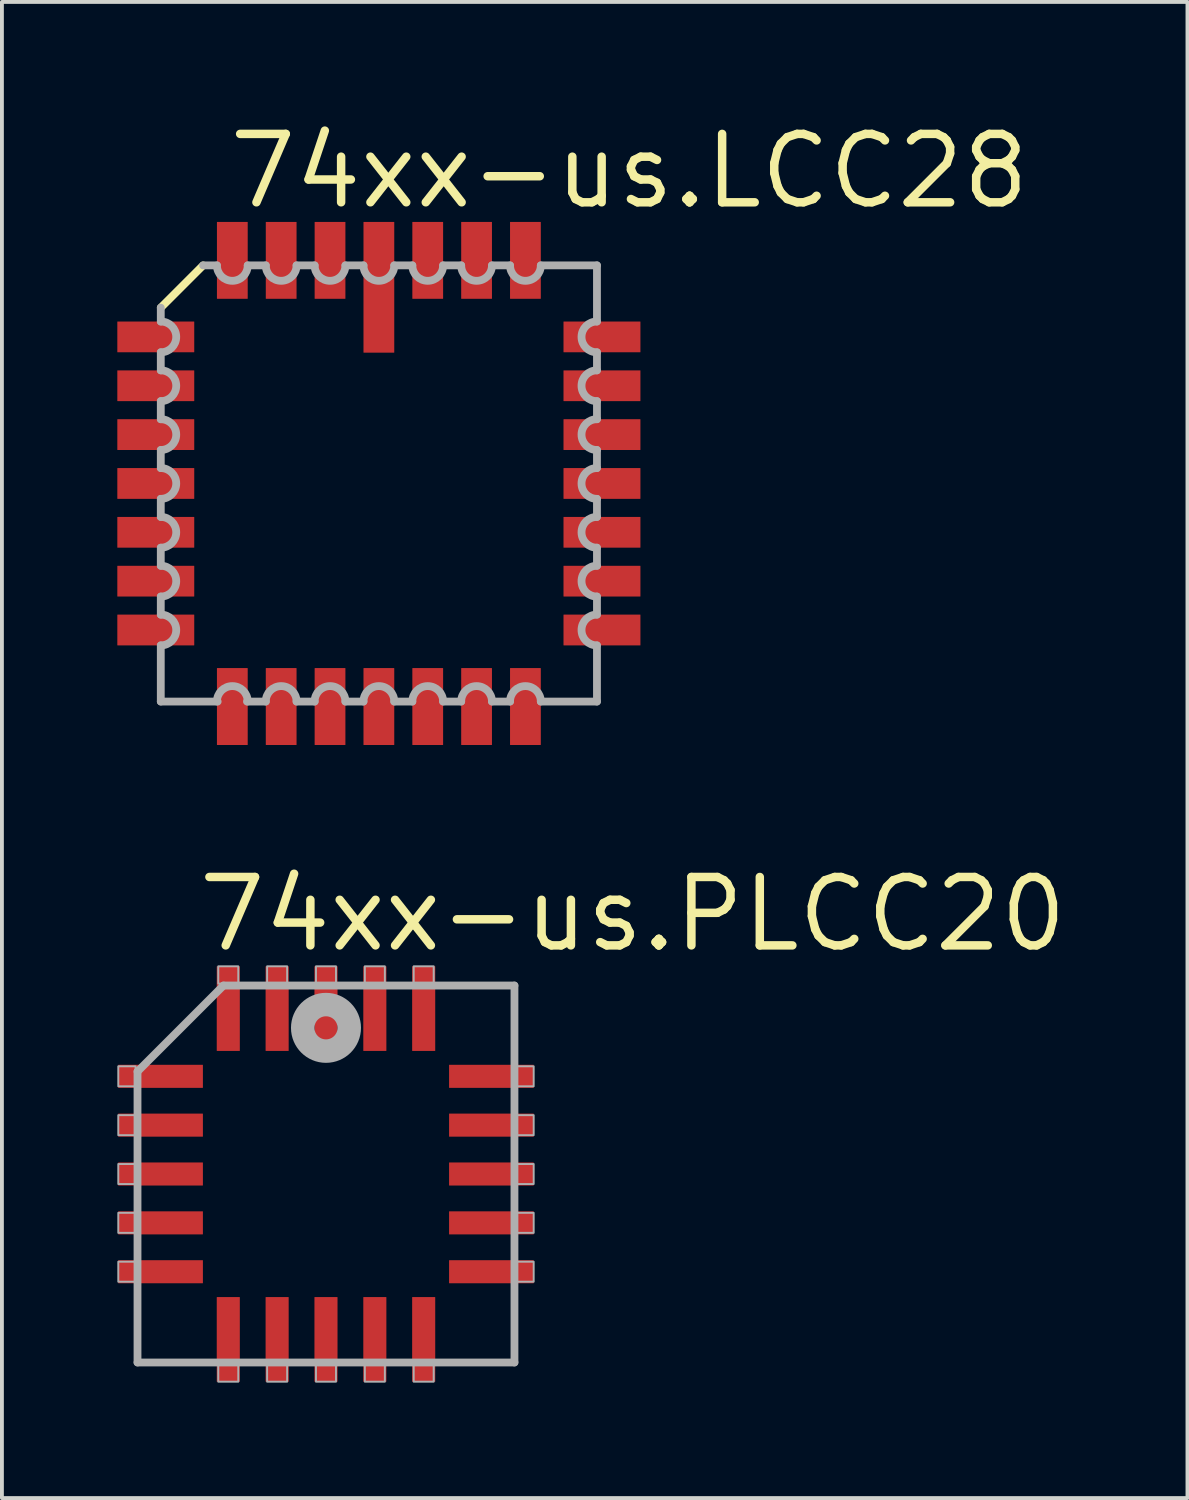
<source format=kicad_pcb>
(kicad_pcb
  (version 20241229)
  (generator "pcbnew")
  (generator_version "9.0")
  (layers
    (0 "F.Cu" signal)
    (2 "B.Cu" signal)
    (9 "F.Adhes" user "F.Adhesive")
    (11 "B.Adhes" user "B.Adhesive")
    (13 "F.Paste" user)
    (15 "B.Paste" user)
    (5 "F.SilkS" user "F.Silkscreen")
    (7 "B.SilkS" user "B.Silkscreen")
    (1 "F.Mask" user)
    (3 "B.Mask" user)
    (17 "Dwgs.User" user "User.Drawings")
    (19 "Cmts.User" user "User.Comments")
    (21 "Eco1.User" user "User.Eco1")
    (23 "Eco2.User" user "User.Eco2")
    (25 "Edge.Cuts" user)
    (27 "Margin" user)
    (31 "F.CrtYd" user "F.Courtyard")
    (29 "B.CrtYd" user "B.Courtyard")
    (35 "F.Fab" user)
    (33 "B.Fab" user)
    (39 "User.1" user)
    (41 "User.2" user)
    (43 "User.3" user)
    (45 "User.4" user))
  (footprint "74xx-us.LCC28"
    (layer "F.Cu")
    (at 6.8 9.519)
    (property "Reference" "74xx-us.LCC28" (at -4.005 -7.081 0) (layer "F.SilkS") (effects (font (size 1.778 1.778) (thickness 0.22)) (justify left bottom)))
    (attr smd)
    (fp_line (start -4.57 -5.67) (end -5.67 -4.57) (stroke (width 0.203) (type default)) (layer "F.SilkS"))
    (fp_line (start -5.67 -4.57) (end -5.67 -4.21) (stroke (width 0.203) (type default)) (layer "F.Fab"))
    (fp_line (start -5.67 -3.41) (end -5.67 -2.94) (stroke (width 0.203) (type default)) (layer "F.Fab"))
    (fp_line (start -5.67 -2.14) (end -5.67 -1.67) (stroke (width 0.203) (type default)) (layer "F.Fab"))
    (fp_line (start -5.67 -0.87) (end -5.67 -0.4) (stroke (width 0.203) (type default)) (layer "F.Fab"))
    (fp_line (start -5.67 0.4) (end -5.67 0.87) (stroke (width 0.203) (type default)) (layer "F.Fab"))
    (fp_line (start -5.67 1.67) (end -5.67 2.14) (stroke (width 0.203) (type default)) (layer "F.Fab"))
    (fp_line (start -5.67 2.94) (end -5.67 3.41) (stroke (width 0.203) (type default)) (layer "F.Fab"))
    (fp_line (start -5.67 4.21) (end -5.67 5.67) (stroke (width 0.203) (type default)) (layer "F.Fab"))
    (fp_line (start -5.67 5.67) (end -4.191 5.67) (stroke (width 0.203) (type default)) (layer "F.Fab"))
    (fp_line (start -4.21 -5.67) (end -4.57 -5.67) (stroke (width 0.203) (type default)) (layer "F.Fab"))
    (fp_line (start -3.429 5.67) (end -2.94 5.67) (stroke (width 0.203) (type default)) (layer "F.Fab"))
    (fp_line (start -2.94 -5.67) (end -3.41 -5.67) (stroke (width 0.203) (type default)) (layer "F.Fab"))
    (fp_line (start -2.14 5.67) (end -1.67 5.67) (stroke (width 0.203) (type default)) (layer "F.Fab"))
    (fp_line (start -1.67 -5.67) (end -2.14 -5.67) (stroke (width 0.203) (type default)) (layer "F.Fab"))
    (fp_line (start -0.87 5.67) (end -0.4 5.67) (stroke (width 0.203) (type default)) (layer "F.Fab"))
    (fp_line (start -0.4 -5.67) (end -0.87 -5.67) (stroke (width 0.203) (type default)) (layer "F.Fab"))
    (fp_line (start 0.4 5.67) (end 0.87 5.67) (stroke (width 0.203) (type default)) (layer "F.Fab"))
    (fp_line (start 0.87 -5.67) (end 0.4 -5.67) (stroke (width 0.203) (type default)) (layer "F.Fab"))
    (fp_line (start 1.67 5.67) (end 2.14 5.67) (stroke (width 0.203) (type default)) (layer "F.Fab"))
    (fp_line (start 2.14 -5.67) (end 1.67 -5.67) (stroke (width 0.203) (type default)) (layer "F.Fab"))
    (fp_line (start 2.94 5.67) (end 3.41 5.67) (stroke (width 0.203) (type default)) (layer "F.Fab"))
    (fp_line (start 3.41 -5.67) (end 2.94 -5.67) (stroke (width 0.203) (type default)) (layer "F.Fab"))
    (fp_line (start 4.21 5.67) (end 5.67 5.67) (stroke (width 0.203) (type default)) (layer "F.Fab"))
    (fp_line (start 5.67 -5.67) (end 4.21 -5.67) (stroke (width 0.203) (type default)) (layer "F.Fab"))
    (fp_line (start 5.67 -4.21) (end 5.67 -5.67) (stroke (width 0.203) (type default)) (layer "F.Fab"))
    (fp_line (start 5.67 -2.94) (end 5.67 -3.41) (stroke (width 0.203) (type default)) (layer "F.Fab"))
    (fp_line (start 5.67 -1.67) (end 5.67 -2.14) (stroke (width 0.203) (type default)) (layer "F.Fab"))
    (fp_line (start 5.67 -0.4) (end 5.67 -0.87) (stroke (width 0.203) (type default)) (layer "F.Fab"))
    (fp_line (start 5.67 0.87) (end 5.67 0.4) (stroke (width 0.203) (type default)) (layer "F.Fab"))
    (fp_line (start 5.67 2.14) (end 5.67 1.67) (stroke (width 0.203) (type default)) (layer "F.Fab"))
    (fp_line (start 5.67 3.41) (end 5.67 2.94) (stroke (width 0.203) (type default)) (layer "F.Fab"))
    (fp_line (start 5.67 5.67) (end 5.67 4.21) (stroke (width 0.203) (type default)) (layer "F.Fab"))
    (fp_arc (start -5.6685 -4.21) (mid -5.2685 -3.81) (end -5.6685 -3.41) (stroke (width 0.2032) (type default)) (layer "F.Fab"))
    (fp_arc (start -5.6685 -2.94) (mid -5.2685 -2.54) (end -5.6685 -2.14) (stroke (width 0.2032) (type default)) (layer "F.Fab"))
    (fp_arc (start -5.6685 -1.67) (mid -5.2685 -1.27) (end -5.6685 -0.87) (stroke (width 0.2032) (type default)) (layer "F.Fab"))
    (fp_arc (start -5.6685 -0.4001) (mid -5.2684 0) (end -5.6685 0.4001) (stroke (width 0.2032) (type default)) (layer "F.Fab"))
    (fp_arc (start -5.6685 0.8699) (mid -5.2684 1.27) (end -5.6685 1.6701) (stroke (width 0.2032) (type default)) (layer "F.Fab"))
    (fp_arc (start -5.6685 2.1399) (mid -5.2684 2.54) (end -5.6685 2.9401) (stroke (width 0.2032) (type default)) (layer "F.Fab"))
    (fp_arc (start -5.6685 3.4099) (mid -5.2684 3.81) (end -5.6685 4.2101) (stroke (width 0.2032) (type default)) (layer "F.Fab"))
    (fp_arc (start -4.2101 5.6685) (mid -3.81 5.2684) (end -3.4099 5.6685) (stroke (width 0.2032) (type default)) (layer "F.Fab"))
    (fp_arc (start -3.4099 -5.6685) (mid -3.81 -5.2684) (end -4.2101 -5.6685) (stroke (width 0.2032) (type default)) (layer "F.Fab"))
    (fp_arc (start -2.9401 5.6685) (mid -2.54 5.2684) (end -2.1399 5.6685) (stroke (width 0.2032) (type default)) (layer "F.Fab"))
    (fp_arc (start -2.1399 -5.6685) (mid -2.54 -5.2684) (end -2.9401 -5.6685) (stroke (width 0.2032) (type default)) (layer "F.Fab"))
    (fp_arc (start -1.6701 5.6685) (mid -1.27 5.2684) (end -0.8699 5.6685) (stroke (width 0.2032) (type default)) (layer "F.Fab"))
    (fp_arc (start -0.8699 -5.6685) (mid -1.27 -5.2684) (end -1.6701 -5.6685) (stroke (width 0.2032) (type default)) (layer "F.Fab"))
    (fp_arc (start -0.4001 5.6685) (mid 0 5.2684) (end 0.4001 5.6685) (stroke (width 0.2032) (type default)) (layer "F.Fab"))
    (fp_arc (start 0.4001 -5.6685) (mid 0 -5.2684) (end -0.4001 -5.6685) (stroke (width 0.2032) (type default)) (layer "F.Fab"))
    (fp_arc (start 0.87 5.6685) (mid 1.27 5.2685) (end 1.67 5.6685) (stroke (width 0.2032) (type default)) (layer "F.Fab"))
    (fp_arc (start 1.67 -5.6685) (mid 1.27 -5.2685) (end 0.87 -5.6685) (stroke (width 0.2032) (type default)) (layer "F.Fab"))
    (fp_arc (start 2.14 5.6685) (mid 2.54 5.2685) (end 2.94 5.6685) (stroke (width 0.2032) (type default)) (layer "F.Fab"))
    (fp_arc (start 2.94 -5.6685) (mid 2.54 -5.2685) (end 2.14 -5.6685) (stroke (width 0.2032) (type default)) (layer "F.Fab"))
    (fp_arc (start 3.41 5.6685) (mid 3.81 5.2685) (end 4.21 5.6685) (stroke (width 0.2032) (type default)) (layer "F.Fab"))
    (fp_arc (start 4.21 -5.6685) (mid 3.81 -5.2685) (end 3.41 -5.6685) (stroke (width 0.2032) (type default)) (layer "F.Fab"))
    (fp_arc (start 5.6685 -3.4099) (mid 5.2684 -3.81) (end 5.6685 -4.2101) (stroke (width 0.2032) (type default)) (layer "F.Fab"))
    (fp_arc (start 5.6685 -2.1399) (mid 5.2684 -2.54) (end 5.6685 -2.9401) (stroke (width 0.2032) (type default)) (layer "F.Fab"))
    (fp_arc (start 5.6685 -0.8699) (mid 5.2684 -1.27) (end 5.6685 -1.6701) (stroke (width 0.2032) (type default)) (layer "F.Fab"))
    (fp_arc (start 5.6685 0.4001) (mid 5.2684 0) (end 5.6685 -0.4001) (stroke (width 0.2032) (type default)) (layer "F.Fab"))
    (fp_arc (start 5.6685 1.67) (mid 5.2685 1.27) (end 5.6685 0.87) (stroke (width 0.2032) (type default)) (layer "F.Fab"))
    (fp_arc (start 5.6685 2.94) (mid 5.2685 2.54) (end 5.6685 2.14) (stroke (width 0.2032) (type default)) (layer "F.Fab"))
    (fp_arc (start 5.6685 4.21) (mid 5.2685 3.81) (end 5.6685 3.41) (stroke (width 0.2032) (type default)) (layer "F.Fab"))
    (pad "1" smd roundrect (at 0 -5.1) (size 0.8 3.4) (layers "F.Cu" "F.Mask" "F.Paste") (roundrect_rratio 0.01))
    (pad "2" smd roundrect (at -1.27 -5.8) (size 0.8 2) (layers "F.Cu" "F.Mask" "F.Paste") (roundrect_rratio 0.01))
    (pad "3" smd roundrect (at -2.54 -5.8) (size 0.8 2) (layers "F.Cu" "F.Mask" "F.Paste") (roundrect_rratio 0.01))
    (pad "4" smd roundrect (at -3.81 -5.8) (size 0.8 2) (layers "F.Cu" "F.Mask" "F.Paste") (roundrect_rratio 0.01))
    (pad "5" smd roundrect (at -5.8 -3.81) (size 2 0.8) (layers "F.Cu" "F.Mask" "F.Paste") (roundrect_rratio 0.01))
    (pad "6" smd roundrect (at -5.8 -2.54) (size 2 0.8) (layers "F.Cu" "F.Mask" "F.Paste") (roundrect_rratio 0.01))
    (pad "7" smd roundrect (at -5.8 -1.27) (size 2 0.8) (layers "F.Cu" "F.Mask" "F.Paste") (roundrect_rratio 0.01))
    (pad "8" smd roundrect (at -5.8 0) (size 2 0.8) (layers "F.Cu" "F.Mask" "F.Paste") (roundrect_rratio 0.01))
    (pad "9" smd roundrect (at -5.8 1.27) (size 2 0.8) (layers "F.Cu" "F.Mask" "F.Paste") (roundrect_rratio 0.01))
    (pad "10" smd roundrect (at -5.8 2.54) (size 2 0.8) (layers "F.Cu" "F.Mask" "F.Paste") (roundrect_rratio 0.01))
    (pad "11" smd roundrect (at -5.8 3.81) (size 2 0.8) (layers "F.Cu" "F.Mask" "F.Paste") (roundrect_rratio 0.01))
    (pad "12" smd roundrect (at -3.81 5.8) (size 0.8 2) (layers "F.Cu" "F.Mask" "F.Paste") (roundrect_rratio 0.01))
    (pad "13" smd roundrect (at -2.54 5.8) (size 0.8 2) (layers "F.Cu" "F.Mask" "F.Paste") (roundrect_rratio 0.01))
    (pad "14" smd roundrect (at -1.27 5.8) (size 0.8 2) (layers "F.Cu" "F.Mask" "F.Paste") (roundrect_rratio 0.01))
    (pad "15" smd roundrect (at 0 5.8) (size 0.8 2) (layers "F.Cu" "F.Mask" "F.Paste") (roundrect_rratio 0.01))
    (pad "16" smd roundrect (at 1.27 5.8) (size 0.8 2) (layers "F.Cu" "F.Mask" "F.Paste") (roundrect_rratio 0.01))
    (pad "17" smd roundrect (at 2.54 5.8) (size 0.8 2) (layers "F.Cu" "F.Mask" "F.Paste") (roundrect_rratio 0.01))
    (pad "18" smd roundrect (at 3.81 5.8) (size 0.8 2) (layers "F.Cu" "F.Mask" "F.Paste") (roundrect_rratio 0.01))
    (pad "19" smd roundrect (at 5.8 3.81) (size 2 0.8) (layers "F.Cu" "F.Mask" "F.Paste") (roundrect_rratio 0.01))
    (pad "20" smd roundrect (at 5.8 2.54) (size 2 0.8) (layers "F.Cu" "F.Mask" "F.Paste") (roundrect_rratio 0.01))
    (pad "21" smd roundrect (at 5.8 1.27) (size 2 0.8) (layers "F.Cu" "F.Mask" "F.Paste") (roundrect_rratio 0.01))
    (pad "22" smd roundrect (at 5.8 0) (size 2 0.8) (layers "F.Cu" "F.Mask" "F.Paste") (roundrect_rratio 0.01))
    (pad "23" smd roundrect (at 5.8 -1.27) (size 2 0.8) (layers "F.Cu" "F.Mask" "F.Paste") (roundrect_rratio 0.01))
    (pad "24" smd roundrect (at 5.8 -2.54) (size 2 0.8) (layers "F.Cu" "F.Mask" "F.Paste") (roundrect_rratio 0.01))
    (pad "25" smd roundrect (at 5.8 -3.81) (size 2 0.8) (layers "F.Cu" "F.Mask" "F.Paste") (roundrect_rratio 0.01))
    (pad "26" smd roundrect (at 3.81 -5.8) (size 0.8 2) (layers "F.Cu" "F.Mask" "F.Paste") (roundrect_rratio 0.01))
    (pad "27" smd roundrect (at 2.54 -5.8) (size 0.8 2) (layers "F.Cu" "F.Mask" "F.Paste") (roundrect_rratio 0.01))
    (pad "28" smd roundrect (at 1.27 -5.8) (size 0.8 2) (layers "F.Cu" "F.Mask" "F.Paste") (roundrect_rratio 0.01)))
  (footprint "74xx-us.PLCC20"
    (layer "F.Cu")
    (at 5.425 27.472)
    (property "Reference" "74xx-us.PLCC20" (at -3.429 -5.715 0) (layer "F.SilkS") (effects (font (size 1.778 1.778) (thickness 0.22)) (justify left bottom)))
    (attr smd)
    (fp_line (start -4.9 -2.665) (end -4.9 4.9) (stroke (width 0.203) (type default)) (layer "F.Fab"))
    (fp_line (start -4.9 4.9) (end 4.9 4.9) (stroke (width 0.203) (type default)) (layer "F.Fab"))
    (fp_line (start -2.665 -4.9) (end -4.9 -2.665) (stroke (width 0.203) (type default)) (layer "F.Fab"))
    (fp_line (start 4.9 -4.9) (end -2.665 -4.9) (stroke (width 0.203) (type default)) (layer "F.Fab"))
    (fp_line (start 4.9 4.9) (end 4.9 -4.9) (stroke (width 0.203) (type default)) (layer "F.Fab"))
    (fp_rect (start -5.4 -2.28) (end -4.95 -2.8) (stroke (width 0.05) (type default)) (fill no) (layer "F.Fab"))
    (fp_rect (start -5.4 -1.01) (end -4.95 -1.53) (stroke (width 0.05) (type default)) (fill no) (layer "F.Fab"))
    (fp_rect (start -5.4 0.26) (end -4.95 -0.26) (stroke (width 0.05) (type default)) (fill no) (layer "F.Fab"))
    (fp_rect (start -5.4 1.53) (end -4.95 1.01) (stroke (width 0.05) (type default)) (fill no) (layer "F.Fab"))
    (fp_rect (start -5.4 2.8) (end -4.95 2.28) (stroke (width 0.05) (type default)) (fill no) (layer "F.Fab"))
    (fp_rect (start -2.8 -4.95) (end -2.28 -5.4) (stroke (width 0.05) (type default)) (fill no) (layer "F.Fab"))
    (fp_rect (start -2.8 5.4) (end -2.28 4.95) (stroke (width 0.05) (type default)) (fill no) (layer "F.Fab"))
    (fp_rect (start -1.53 -4.95) (end -1.01 -5.4) (stroke (width 0.05) (type default)) (fill no) (layer "F.Fab"))
    (fp_rect (start -1.53 5.4) (end -1.01 4.95) (stroke (width 0.05) (type default)) (fill no) (layer "F.Fab"))
    (fp_rect (start -0.26 -4.95) (end 0.26 -5.4) (stroke (width 0.05) (type default)) (fill no) (layer "F.Fab"))
    (fp_rect (start -0.26 5.4) (end 0.26 4.95) (stroke (width 0.05) (type default)) (fill no) (layer "F.Fab"))
    (fp_rect (start 1.01 -4.95) (end 1.53 -5.4) (stroke (width 0.05) (type default)) (fill no) (layer "F.Fab"))
    (fp_rect (start 1.01 5.4) (end 1.53 4.95) (stroke (width 0.05) (type default)) (fill no) (layer "F.Fab"))
    (fp_rect (start 2.28 -4.95) (end 2.8 -5.4) (stroke (width 0.05) (type default)) (fill no) (layer "F.Fab"))
    (fp_rect (start 2.28 5.4) (end 2.8 4.95) (stroke (width 0.05) (type default)) (fill no) (layer "F.Fab"))
    (fp_rect (start 4.95 -2.28) (end 5.4 -2.8) (stroke (width 0.05) (type default)) (fill no) (layer "F.Fab"))
    (fp_rect (start 4.95 -1.01) (end 5.4 -1.53) (stroke (width 0.05) (type default)) (fill no) (layer "F.Fab"))
    (fp_rect (start 4.95 0.26) (end 5.4 -0.26) (stroke (width 0.05) (type default)) (fill no) (layer "F.Fab"))
    (fp_rect (start 4.95 1.53) (end 5.4 1.01) (stroke (width 0.05) (type default)) (fill no) (layer "F.Fab"))
    (fp_rect (start 4.95 2.8) (end 5.4 2.28) (stroke (width 0.05) (type default)) (fill no) (layer "F.Fab"))
    (fp_circle (center 0 -3.8) (end 0.3 -3.8) (stroke (width 0.61) (type default)) (fill no) (layer "F.Fab"))
    (pad "1" smd roundrect (at 0 -4.3) (size 0.6 2.2) (layers "F.Cu" "F.Mask" "F.Paste") (roundrect_rratio 0.01))
    (pad "2" smd roundrect (at -1.27 -4.3) (size 0.6 2.2) (layers "F.Cu" "F.Mask" "F.Paste") (roundrect_rratio 0.01))
    (pad "3" smd roundrect (at -2.54 -4.3) (size 0.6 2.2) (layers "F.Cu" "F.Mask" "F.Paste") (roundrect_rratio 0.01))
    (pad "4" smd roundrect (at -4.3 -2.54) (size 2.2 0.6) (layers "F.Cu" "F.Mask" "F.Paste") (roundrect_rratio 0.01))
    (pad "5" smd roundrect (at -4.3 -1.27) (size 2.2 0.6) (layers "F.Cu" "F.Mask" "F.Paste") (roundrect_rratio 0.01))
    (pad "6" smd roundrect (at -4.3 0) (size 2.2 0.6) (layers "F.Cu" "F.Mask" "F.Paste") (roundrect_rratio 0.01))
    (pad "7" smd roundrect (at -4.3 1.27) (size 2.2 0.6) (layers "F.Cu" "F.Mask" "F.Paste") (roundrect_rratio 0.01))
    (pad "8" smd roundrect (at -4.3 2.54) (size 2.2 0.6) (layers "F.Cu" "F.Mask" "F.Paste") (roundrect_rratio 0.01))
    (pad "9" smd roundrect (at -2.54 4.3) (size 0.6 2.2) (layers "F.Cu" "F.Mask" "F.Paste") (roundrect_rratio 0.01))
    (pad "10" smd roundrect (at -1.27 4.3) (size 0.6 2.2) (layers "F.Cu" "F.Mask" "F.Paste") (roundrect_rratio 0.01))
    (pad "11" smd roundrect (at 0 4.3) (size 0.6 2.2) (layers "F.Cu" "F.Mask" "F.Paste") (roundrect_rratio 0.01))
    (pad "12" smd roundrect (at 1.27 4.3) (size 0.6 2.2) (layers "F.Cu" "F.Mask" "F.Paste") (roundrect_rratio 0.01))
    (pad "13" smd roundrect (at 2.54 4.3) (size 0.6 2.2) (layers "F.Cu" "F.Mask" "F.Paste") (roundrect_rratio 0.01))
    (pad "14" smd roundrect (at 4.3 2.54) (size 2.2 0.6) (layers "F.Cu" "F.Mask" "F.Paste") (roundrect_rratio 0.01))
    (pad "15" smd roundrect (at 4.3 1.27) (size 2.2 0.6) (layers "F.Cu" "F.Mask" "F.Paste") (roundrect_rratio 0.01))
    (pad "16" smd roundrect (at 4.3 0) (size 2.2 0.6) (layers "F.Cu" "F.Mask" "F.Paste") (roundrect_rratio 0.01))
    (pad "17" smd roundrect (at 4.3 -1.27) (size 2.2 0.6) (layers "F.Cu" "F.Mask" "F.Paste") (roundrect_rratio 0.01))
    (pad "18" smd roundrect (at 4.3 -2.54) (size 2.2 0.6) (layers "F.Cu" "F.Mask" "F.Paste") (roundrect_rratio 0.01))
    (pad "19" smd roundrect (at 2.54 -4.3) (size 0.6 2.2) (layers "F.Cu" "F.Mask" "F.Paste") (roundrect_rratio 0.01))
    (pad "20" smd roundrect (at 1.27 -4.3) (size 0.6 2.2) (layers "F.Cu" "F.Mask" "F.Paste") (roundrect_rratio 0.01)))
  (gr_rect
    (start -3 -3)
    (end 27.822 35.897)
    (stroke (width 0.1) (type default))
    (fill no)
    (layer "Edge.Cuts")))
</source>
